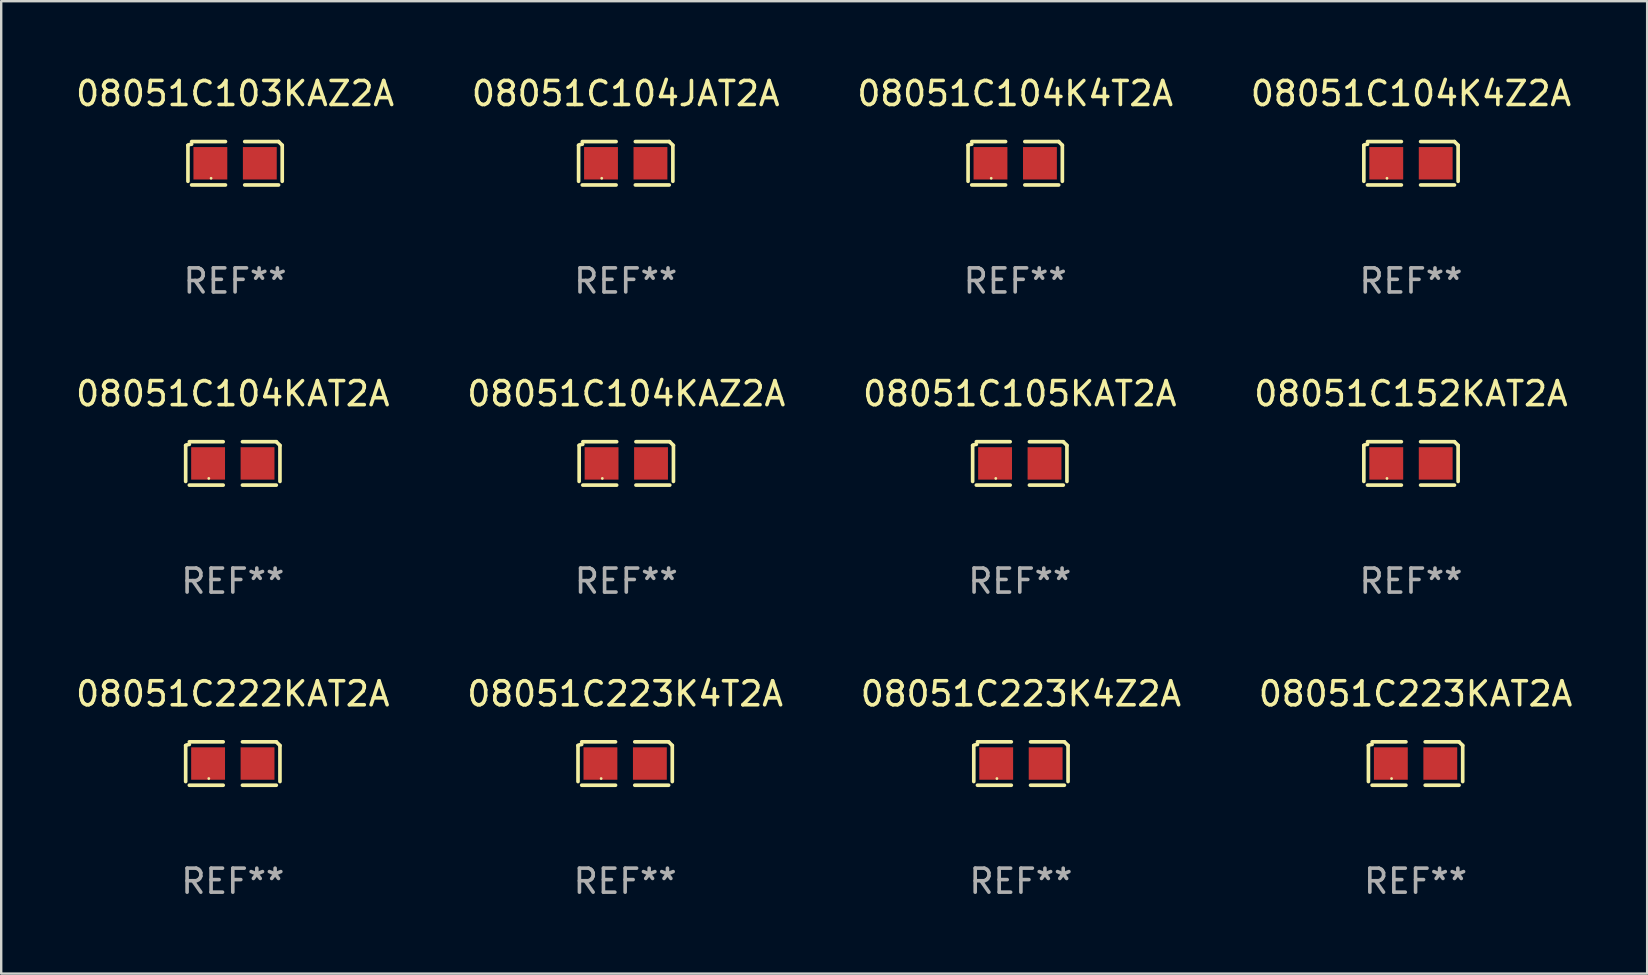
<source format=kicad_pcb>
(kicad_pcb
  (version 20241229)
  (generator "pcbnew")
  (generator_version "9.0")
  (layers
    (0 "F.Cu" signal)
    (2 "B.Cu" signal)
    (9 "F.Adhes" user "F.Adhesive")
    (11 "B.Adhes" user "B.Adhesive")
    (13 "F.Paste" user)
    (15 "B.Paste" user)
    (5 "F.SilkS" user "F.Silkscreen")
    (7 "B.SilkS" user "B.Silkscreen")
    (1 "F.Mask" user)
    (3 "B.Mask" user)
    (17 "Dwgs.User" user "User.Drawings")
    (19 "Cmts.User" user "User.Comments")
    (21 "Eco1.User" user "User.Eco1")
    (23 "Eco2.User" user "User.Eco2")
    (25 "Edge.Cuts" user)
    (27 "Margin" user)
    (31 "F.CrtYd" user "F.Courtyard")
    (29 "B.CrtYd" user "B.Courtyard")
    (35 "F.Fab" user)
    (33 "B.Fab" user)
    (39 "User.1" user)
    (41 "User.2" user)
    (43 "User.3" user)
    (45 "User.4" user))
  (footprint "08051C104K4Z2A"
    (layer "F.Cu")
    (at 55.732 3.752)
    (property "Reference" "08051C104K4Z2A" (at 0 -2.904 0) (layer "F.SilkS") (effects (font (size 1 1) (thickness 0.15))))
    (attr through_hole)
    (fp_line (start -1.964 0.751) (end -1.964 -0.751) (stroke (width 0.152) (type solid)) (layer "F.SilkS"))
    (fp_line (start -1.811 -0.904) (end -0.401 -0.904) (stroke (width 0.152) (type solid)) (layer "F.SilkS"))
    (fp_line (start -0.401 0.904) (end -1.811 0.904) (stroke (width 0.152) (type solid)) (layer "F.SilkS"))
    (fp_line (start 0.401 0.904) (end 1.811 0.904) (stroke (width 0.152) (type solid)) (layer "F.SilkS"))
    (fp_line (start 1.811 -0.904) (end 0.401 -0.904) (stroke (width 0.152) (type solid)) (layer "F.SilkS"))
    (fp_line (start 1.964 0.751) (end 1.964 -0.751) (stroke (width 0.152) (type solid)) (layer "F.SilkS"))
    (fp_arc (start -1.963602 -0.751207) (mid -1.890354 -0.783131) (end -1.811201 -0.794044) (stroke (width 0.1524) (type solid)) (layer "F.SilkS"))
    (fp_arc (start 1.811202 -0.903607) (mid 1.887413 -0.827418) (end 1.963602 -0.751207) (stroke (width 0.1524) (type solid)) (layer "F.SilkS"))
    (fp_circle (center -1 0.625) (end -0.97 0.625) (stroke (width 0.06) (type solid)) (fill no) (layer "F.SilkS"))
    (fp_text user "REF**" (at 0 4.904 0) (layer "F.Fab") (effects (font (size 1 1) (thickness 0.15))))
    (pad "1" smd rect (at -1.03 0) (size 1.41 1.35) (layers "F.Cu" "F.Mask" "F.Paste"))
    (pad "2" smd rect (at 1.03 0) (size 1.41 1.35) (layers "F.Cu" "F.Mask" "F.Paste")))
  (footprint "08051C105KAT2A"
    (layer "F.Cu")
    (at 39.435 16.256)
    (property "Reference" "08051C105KAT2A" (at 0 -2.904 0) (layer "F.SilkS") (effects (font (size 1 1) (thickness 0.15))))
    (attr through_hole)
    (fp_line (start -1.964 0.751) (end -1.964 -0.751) (stroke (width 0.152) (type solid)) (layer "F.SilkS"))
    (fp_line (start -1.811 -0.904) (end -0.401 -0.904) (stroke (width 0.152) (type solid)) (layer "F.SilkS"))
    (fp_line (start -0.401 0.904) (end -1.811 0.904) (stroke (width 0.152) (type solid)) (layer "F.SilkS"))
    (fp_line (start 0.401 0.904) (end 1.811 0.904) (stroke (width 0.152) (type solid)) (layer "F.SilkS"))
    (fp_line (start 1.811 -0.904) (end 0.401 -0.904) (stroke (width 0.152) (type solid)) (layer "F.SilkS"))
    (fp_line (start 1.964 0.751) (end 1.964 -0.751) (stroke (width 0.152) (type solid)) (layer "F.SilkS"))
    (fp_arc (start -1.963602 -0.751207) (mid -1.890354 -0.783131) (end -1.811201 -0.794044) (stroke (width 0.1524) (type solid)) (layer "F.SilkS"))
    (fp_arc (start 1.811202 -0.903607) (mid 1.887413 -0.827418) (end 1.963602 -0.751207) (stroke (width 0.1524) (type solid)) (layer "F.SilkS"))
    (fp_circle (center -1 0.625) (end -0.97 0.625) (stroke (width 0.06) (type solid)) (fill no) (layer "F.SilkS"))
    (fp_text user "REF**" (at 0 4.904 0) (layer "F.Fab") (effects (font (size 1 1) (thickness 0.15))))
    (pad "1" smd rect (at -1.03 0) (size 1.41 1.35) (layers "F.Cu" "F.Mask" "F.Paste"))
    (pad "2" smd rect (at 1.03 0) (size 1.41 1.35) (layers "F.Cu" "F.Mask" "F.Paste")))
  (footprint "08051C222KAT2A"
    (layer "F.Cu")
    (at 6.649 28.759)
    (property "Reference" "08051C222KAT2A" (at 0 -2.904 0) (layer "F.SilkS") (effects (font (size 1 1) (thickness 0.15))))
    (attr through_hole)
    (fp_line (start -1.964 0.751) (end -1.964 -0.751) (stroke (width 0.152) (type solid)) (layer "F.SilkS"))
    (fp_line (start -1.811 -0.904) (end -0.401 -0.904) (stroke (width 0.152) (type solid)) (layer "F.SilkS"))
    (fp_line (start -0.401 0.904) (end -1.811 0.904) (stroke (width 0.152) (type solid)) (layer "F.SilkS"))
    (fp_line (start 0.401 0.904) (end 1.811 0.904) (stroke (width 0.152) (type solid)) (layer "F.SilkS"))
    (fp_line (start 1.811 -0.904) (end 0.401 -0.904) (stroke (width 0.152) (type solid)) (layer "F.SilkS"))
    (fp_line (start 1.964 0.751) (end 1.964 -0.751) (stroke (width 0.152) (type solid)) (layer "F.SilkS"))
    (fp_arc (start -1.963602 -0.751207) (mid -1.890354 -0.783131) (end -1.811201 -0.794044) (stroke (width 0.1524) (type solid)) (layer "F.SilkS"))
    (fp_arc (start 1.811202 -0.903607) (mid 1.887413 -0.827418) (end 1.963602 -0.751207) (stroke (width 0.1524) (type solid)) (layer "F.SilkS"))
    (fp_circle (center -1 0.625) (end -0.97 0.625) (stroke (width 0.06) (type solid)) (fill no) (layer "F.SilkS"))
    (fp_text user "REF**" (at 0 4.904 0) (layer "F.Fab") (effects (font (size 1 1) (thickness 0.15))))
    (pad "1" smd rect (at -1.03 0) (size 1.41 1.35) (layers "F.Cu" "F.Mask" "F.Paste"))
    (pad "2" smd rect (at 1.03 0) (size 1.41 1.35) (layers "F.Cu" "F.Mask" "F.Paste")))
  (footprint "08051C104KAT2A"
    (layer "F.Cu")
    (at 6.649 16.256)
    (property "Reference" "08051C104KAT2A" (at 0 -2.904 0) (layer "F.SilkS") (effects (font (size 1 1) (thickness 0.15))))
    (attr through_hole)
    (fp_line (start -1.964 0.751) (end -1.964 -0.751) (stroke (width 0.152) (type solid)) (layer "F.SilkS"))
    (fp_line (start -1.811 -0.904) (end -0.401 -0.904) (stroke (width 0.152) (type solid)) (layer "F.SilkS"))
    (fp_line (start -0.401 0.904) (end -1.811 0.904) (stroke (width 0.152) (type solid)) (layer "F.SilkS"))
    (fp_line (start 0.401 0.904) (end 1.811 0.904) (stroke (width 0.152) (type solid)) (layer "F.SilkS"))
    (fp_line (start 1.811 -0.904) (end 0.401 -0.904) (stroke (width 0.152) (type solid)) (layer "F.SilkS"))
    (fp_line (start 1.964 0.751) (end 1.964 -0.751) (stroke (width 0.152) (type solid)) (layer "F.SilkS"))
    (fp_arc (start -1.963602 -0.751207) (mid -1.890354 -0.783131) (end -1.811201 -0.794044) (stroke (width 0.1524) (type solid)) (layer "F.SilkS"))
    (fp_arc (start 1.811202 -0.903607) (mid 1.887413 -0.827418) (end 1.963602 -0.751207) (stroke (width 0.1524) (type solid)) (layer "F.SilkS"))
    (fp_circle (center -1 0.625) (end -0.97 0.625) (stroke (width 0.06) (type solid)) (fill no) (layer "F.SilkS"))
    (fp_text user "REF**" (at 0 4.904 0) (layer "F.Fab") (effects (font (size 1 1) (thickness 0.15))))
    (pad "1" smd rect (at -1.03 0) (size 1.41 1.35) (layers "F.Cu" "F.Mask" "F.Paste"))
    (pad "2" smd rect (at 1.03 0) (size 1.41 1.35) (layers "F.Cu" "F.Mask" "F.Paste")))
  (footprint "08051C223K4Z2A"
    (layer "F.Cu")
    (at 39.482 28.759)
    (property "Reference" "08051C223K4Z2A" (at 0 -2.904 0) (layer "F.SilkS") (effects (font (size 1 1) (thickness 0.15))))
    (attr through_hole)
    (fp_line (start -1.964 0.751) (end -1.964 -0.751) (stroke (width 0.152) (type solid)) (layer "F.SilkS"))
    (fp_line (start -1.811 -0.904) (end -0.401 -0.904) (stroke (width 0.152) (type solid)) (layer "F.SilkS"))
    (fp_line (start -0.401 0.904) (end -1.811 0.904) (stroke (width 0.152) (type solid)) (layer "F.SilkS"))
    (fp_line (start 0.401 0.904) (end 1.811 0.904) (stroke (width 0.152) (type solid)) (layer "F.SilkS"))
    (fp_line (start 1.811 -0.904) (end 0.401 -0.904) (stroke (width 0.152) (type solid)) (layer "F.SilkS"))
    (fp_line (start 1.964 0.751) (end 1.964 -0.751) (stroke (width 0.152) (type solid)) (layer "F.SilkS"))
    (fp_arc (start -1.963602 -0.751207) (mid -1.890354 -0.783131) (end -1.811201 -0.794044) (stroke (width 0.1524) (type solid)) (layer "F.SilkS"))
    (fp_arc (start 1.811202 -0.903607) (mid 1.887413 -0.827418) (end 1.963602 -0.751207) (stroke (width 0.1524) (type solid)) (layer "F.SilkS"))
    (fp_circle (center -1 0.625) (end -0.97 0.625) (stroke (width 0.06) (type solid)) (fill no) (layer "F.SilkS"))
    (fp_text user "REF**" (at 0 4.904 0) (layer "F.Fab") (effects (font (size 1 1) (thickness 0.15))))
    (pad "1" smd rect (at -1.03 0) (size 1.41 1.35) (layers "F.Cu" "F.Mask" "F.Paste"))
    (pad "2" smd rect (at 1.03 0) (size 1.41 1.35) (layers "F.Cu" "F.Mask" "F.Paste")))
  (footprint "08051C104JAT2A"
    (layer "F.Cu")
    (at 23.018 3.752)
    (property "Reference" "08051C104JAT2A" (at 0 -2.904 0) (layer "F.SilkS") (effects (font (size 1 1) (thickness 0.15))))
    (attr through_hole)
    (fp_line (start -1.964 0.751) (end -1.964 -0.751) (stroke (width 0.152) (type solid)) (layer "F.SilkS"))
    (fp_line (start -1.811 -0.904) (end -0.401 -0.904) (stroke (width 0.152) (type solid)) (layer "F.SilkS"))
    (fp_line (start -0.401 0.904) (end -1.811 0.904) (stroke (width 0.152) (type solid)) (layer "F.SilkS"))
    (fp_line (start 0.401 0.904) (end 1.811 0.904) (stroke (width 0.152) (type solid)) (layer "F.SilkS"))
    (fp_line (start 1.811 -0.904) (end 0.401 -0.904) (stroke (width 0.152) (type solid)) (layer "F.SilkS"))
    (fp_line (start 1.964 0.751) (end 1.964 -0.751) (stroke (width 0.152) (type solid)) (layer "F.SilkS"))
    (fp_arc (start -1.963602 -0.751207) (mid -1.890354 -0.783131) (end -1.811201 -0.794044) (stroke (width 0.1524) (type solid)) (layer "F.SilkS"))
    (fp_arc (start 1.811202 -0.903607) (mid 1.887413 -0.827418) (end 1.963602 -0.751207) (stroke (width 0.1524) (type solid)) (layer "F.SilkS"))
    (fp_circle (center -1 0.625) (end -0.97 0.625) (stroke (width 0.06) (type solid)) (fill no) (layer "F.SilkS"))
    (fp_text user "REF**" (at 0 4.904 0) (layer "F.Fab") (effects (font (size 1 1) (thickness 0.15))))
    (pad "1" smd rect (at -1.03 0) (size 1.41 1.35) (layers "F.Cu" "F.Mask" "F.Paste"))
    (pad "2" smd rect (at 1.03 0) (size 1.41 1.35) (layers "F.Cu" "F.Mask" "F.Paste")))
  (footprint "08051C104K4T2A"
    (layer "F.Cu")
    (at 39.244 3.752)
    (property "Reference" "08051C104K4T2A" (at 0 -2.904 0) (layer "F.SilkS") (effects (font (size 1 1) (thickness 0.15))))
    (attr through_hole)
    (fp_line (start -1.964 0.751) (end -1.964 -0.751) (stroke (width 0.152) (type solid)) (layer "F.SilkS"))
    (fp_line (start -1.811 -0.904) (end -0.401 -0.904) (stroke (width 0.152) (type solid)) (layer "F.SilkS"))
    (fp_line (start -0.401 0.904) (end -1.811 0.904) (stroke (width 0.152) (type solid)) (layer "F.SilkS"))
    (fp_line (start 0.401 0.904) (end 1.811 0.904) (stroke (width 0.152) (type solid)) (layer "F.SilkS"))
    (fp_line (start 1.811 -0.904) (end 0.401 -0.904) (stroke (width 0.152) (type solid)) (layer "F.SilkS"))
    (fp_line (start 1.964 0.751) (end 1.964 -0.751) (stroke (width 0.152) (type solid)) (layer "F.SilkS"))
    (fp_arc (start -1.963602 -0.751207) (mid -1.890354 -0.783131) (end -1.811201 -0.794044) (stroke (width 0.1524) (type solid)) (layer "F.SilkS"))
    (fp_arc (start 1.811202 -0.903607) (mid 1.887413 -0.827418) (end 1.963602 -0.751207) (stroke (width 0.1524) (type solid)) (layer "F.SilkS"))
    (fp_circle (center -1 0.625) (end -0.97 0.625) (stroke (width 0.06) (type solid)) (fill no) (layer "F.SilkS"))
    (fp_text user "REF**" (at 0 4.904 0) (layer "F.Fab") (effects (font (size 1 1) (thickness 0.15))))
    (pad "1" smd rect (at -1.03 0) (size 1.41 1.35) (layers "F.Cu" "F.Mask" "F.Paste"))
    (pad "2" smd rect (at 1.03 0) (size 1.41 1.35) (layers "F.Cu" "F.Mask" "F.Paste")))
  (footprint "08051C103KAZ2A"
    (layer "F.Cu")
    (at 6.744 3.752)
    (property "Reference" "08051C103KAZ2A" (at 0 -2.904 0) (layer "F.SilkS") (effects (font (size 1 1) (thickness 0.15))))
    (attr through_hole)
    (fp_line (start -1.964 0.751) (end -1.964 -0.751) (stroke (width 0.152) (type solid)) (layer "F.SilkS"))
    (fp_line (start -1.811 -0.904) (end -0.401 -0.904) (stroke (width 0.152) (type solid)) (layer "F.SilkS"))
    (fp_line (start -0.401 0.904) (end -1.811 0.904) (stroke (width 0.152) (type solid)) (layer "F.SilkS"))
    (fp_line (start 0.401 0.904) (end 1.811 0.904) (stroke (width 0.152) (type solid)) (layer "F.SilkS"))
    (fp_line (start 1.811 -0.904) (end 0.401 -0.904) (stroke (width 0.152) (type solid)) (layer "F.SilkS"))
    (fp_line (start 1.964 0.751) (end 1.964 -0.751) (stroke (width 0.152) (type solid)) (layer "F.SilkS"))
    (fp_arc (start -1.963602 -0.751207) (mid -1.890354 -0.783131) (end -1.811201 -0.794044) (stroke (width 0.1524) (type solid)) (layer "F.SilkS"))
    (fp_arc (start 1.811202 -0.903607) (mid 1.887413 -0.827418) (end 1.963602 -0.751207) (stroke (width 0.1524) (type solid)) (layer "F.SilkS"))
    (fp_circle (center -1 0.625) (end -0.97 0.625) (stroke (width 0.06) (type solid)) (fill no) (layer "F.SilkS"))
    (fp_text user "REF**" (at 0 4.904 0) (layer "F.Fab") (effects (font (size 1 1) (thickness 0.15))))
    (pad "1" smd rect (at -1.03 0) (size 1.41 1.35) (layers "F.Cu" "F.Mask" "F.Paste"))
    (pad "2" smd rect (at 1.03 0) (size 1.41 1.35) (layers "F.Cu" "F.Mask" "F.Paste")))
  (footprint "08051C152KAT2A"
    (layer "F.Cu")
    (at 55.732 16.256)
    (property "Reference" "08051C152KAT2A" (at 0 -2.904 0) (layer "F.SilkS") (effects (font (size 1 1) (thickness 0.15))))
    (attr through_hole)
    (fp_line (start -1.964 0.751) (end -1.964 -0.751) (stroke (width 0.152) (type solid)) (layer "F.SilkS"))
    (fp_line (start -1.811 -0.904) (end -0.401 -0.904) (stroke (width 0.152) (type solid)) (layer "F.SilkS"))
    (fp_line (start -0.401 0.904) (end -1.811 0.904) (stroke (width 0.152) (type solid)) (layer "F.SilkS"))
    (fp_line (start 0.401 0.904) (end 1.811 0.904) (stroke (width 0.152) (type solid)) (layer "F.SilkS"))
    (fp_line (start 1.811 -0.904) (end 0.401 -0.904) (stroke (width 0.152) (type solid)) (layer "F.SilkS"))
    (fp_line (start 1.964 0.751) (end 1.964 -0.751) (stroke (width 0.152) (type solid)) (layer "F.SilkS"))
    (fp_arc (start -1.963602 -0.751207) (mid -1.890354 -0.783131) (end -1.811201 -0.794044) (stroke (width 0.1524) (type solid)) (layer "F.SilkS"))
    (fp_arc (start 1.811202 -0.903607) (mid 1.887413 -0.827418) (end 1.963602 -0.751207) (stroke (width 0.1524) (type solid)) (layer "F.SilkS"))
    (fp_circle (center -1 0.625) (end -0.97 0.625) (stroke (width 0.06) (type solid)) (fill no) (layer "F.SilkS"))
    (fp_text user "REF**" (at 0 4.904 0) (layer "F.Fab") (effects (font (size 1 1) (thickness 0.15))))
    (pad "1" smd rect (at -1.03 0) (size 1.41 1.35) (layers "F.Cu" "F.Mask" "F.Paste"))
    (pad "2" smd rect (at 1.03 0) (size 1.41 1.35) (layers "F.Cu" "F.Mask" "F.Paste")))
  (footprint "08051C223K4T2A"
    (layer "F.Cu")
    (at 22.994 28.759)
    (property "Reference" "08051C223K4T2A" (at 0 -2.904 0) (layer "F.SilkS") (effects (font (size 1 1) (thickness 0.15))))
    (attr through_hole)
    (fp_line (start -1.964 0.751) (end -1.964 -0.751) (stroke (width 0.152) (type solid)) (layer "F.SilkS"))
    (fp_line (start -1.811 -0.904) (end -0.401 -0.904) (stroke (width 0.152) (type solid)) (layer "F.SilkS"))
    (fp_line (start -0.401 0.904) (end -1.811 0.904) (stroke (width 0.152) (type solid)) (layer "F.SilkS"))
    (fp_line (start 0.401 0.904) (end 1.811 0.904) (stroke (width 0.152) (type solid)) (layer "F.SilkS"))
    (fp_line (start 1.811 -0.904) (end 0.401 -0.904) (stroke (width 0.152) (type solid)) (layer "F.SilkS"))
    (fp_line (start 1.964 0.751) (end 1.964 -0.751) (stroke (width 0.152) (type solid)) (layer "F.SilkS"))
    (fp_arc (start -1.963602 -0.751207) (mid -1.890354 -0.783131) (end -1.811201 -0.794044) (stroke (width 0.1524) (type solid)) (layer "F.SilkS"))
    (fp_arc (start 1.811202 -0.903607) (mid 1.887413 -0.827418) (end 1.963602 -0.751207) (stroke (width 0.1524) (type solid)) (layer "F.SilkS"))
    (fp_circle (center -1 0.625) (end -0.97 0.625) (stroke (width 0.06) (type solid)) (fill no) (layer "F.SilkS"))
    (fp_text user "REF**" (at 0 4.904 0) (layer "F.Fab") (effects (font (size 1 1) (thickness 0.15))))
    (pad "1" smd rect (at -1.03 0) (size 1.41 1.35) (layers "F.Cu" "F.Mask" "F.Paste"))
    (pad "2" smd rect (at 1.03 0) (size 1.41 1.35) (layers "F.Cu" "F.Mask" "F.Paste")))
  (footprint "08051C223KAT2A"
    (layer "F.Cu")
    (at 55.923 28.759)
    (property "Reference" "08051C223KAT2A" (at 0 -2.904 0) (layer "F.SilkS") (effects (font (size 1 1) (thickness 0.15))))
    (attr through_hole)
    (fp_line (start -1.964 0.751) (end -1.964 -0.751) (stroke (width 0.152) (type solid)) (layer "F.SilkS"))
    (fp_line (start -1.811 -0.904) (end -0.401 -0.904) (stroke (width 0.152) (type solid)) (layer "F.SilkS"))
    (fp_line (start -0.401 0.904) (end -1.811 0.904) (stroke (width 0.152) (type solid)) (layer "F.SilkS"))
    (fp_line (start 0.401 0.904) (end 1.811 0.904) (stroke (width 0.152) (type solid)) (layer "F.SilkS"))
    (fp_line (start 1.811 -0.904) (end 0.401 -0.904) (stroke (width 0.152) (type solid)) (layer "F.SilkS"))
    (fp_line (start 1.964 0.751) (end 1.964 -0.751) (stroke (width 0.152) (type solid)) (layer "F.SilkS"))
    (fp_arc (start -1.963602 -0.751207) (mid -1.890354 -0.783131) (end -1.811201 -0.794044) (stroke (width 0.1524) (type solid)) (layer "F.SilkS"))
    (fp_arc (start 1.811202 -0.903607) (mid 1.887413 -0.827418) (end 1.963602 -0.751207) (stroke (width 0.1524) (type solid)) (layer "F.SilkS"))
    (fp_circle (center -1 0.625) (end -0.97 0.625) (stroke (width 0.06) (type solid)) (fill no) (layer "F.SilkS"))
    (fp_text user "REF**" (at 0 4.904 0) (layer "F.Fab") (effects (font (size 1 1) (thickness 0.15))))
    (pad "1" smd rect (at -1.03 0) (size 1.41 1.35) (layers "F.Cu" "F.Mask" "F.Paste"))
    (pad "2" smd rect (at 1.03 0) (size 1.41 1.35) (layers "F.Cu" "F.Mask" "F.Paste")))
  (footprint "08051C104KAZ2A"
    (layer "F.Cu")
    (at 23.042 16.256)
    (property "Reference" "08051C104KAZ2A" (at 0 -2.904 0) (layer "F.SilkS") (effects (font (size 1 1) (thickness 0.15))))
    (attr through_hole)
    (fp_line (start -1.964 0.751) (end -1.964 -0.751) (stroke (width 0.152) (type solid)) (layer "F.SilkS"))
    (fp_line (start -1.811 -0.904) (end -0.401 -0.904) (stroke (width 0.152) (type solid)) (layer "F.SilkS"))
    (fp_line (start -0.401 0.904) (end -1.811 0.904) (stroke (width 0.152) (type solid)) (layer "F.SilkS"))
    (fp_line (start 0.401 0.904) (end 1.811 0.904) (stroke (width 0.152) (type solid)) (layer "F.SilkS"))
    (fp_line (start 1.811 -0.904) (end 0.401 -0.904) (stroke (width 0.152) (type solid)) (layer "F.SilkS"))
    (fp_line (start 1.964 0.751) (end 1.964 -0.751) (stroke (width 0.152) (type solid)) (layer "F.SilkS"))
    (fp_arc (start -1.963602 -0.751207) (mid -1.890354 -0.783131) (end -1.811201 -0.794044) (stroke (width 0.1524) (type solid)) (layer "F.SilkS"))
    (fp_arc (start 1.811202 -0.903607) (mid 1.887413 -0.827418) (end 1.963602 -0.751207) (stroke (width 0.1524) (type solid)) (layer "F.SilkS"))
    (fp_circle (center -1 0.625) (end -0.97 0.625) (stroke (width 0.06) (type solid)) (fill no) (layer "F.SilkS"))
    (fp_text user "REF**" (at 0 4.904 0) (layer "F.Fab") (effects (font (size 1 1) (thickness 0.15))))
    (pad "1" smd rect (at -1.03 0) (size 1.41 1.35) (layers "F.Cu" "F.Mask" "F.Paste"))
    (pad "2" smd rect (at 1.03 0) (size 1.41 1.35) (layers "F.Cu" "F.Mask" "F.Paste")))
  (gr_rect
    (start -3 -3)
    (end 65.571 37.511)
    (stroke (width 0.1) (type default))
    (fill no)
    (layer "Edge.Cuts")))
</source>
